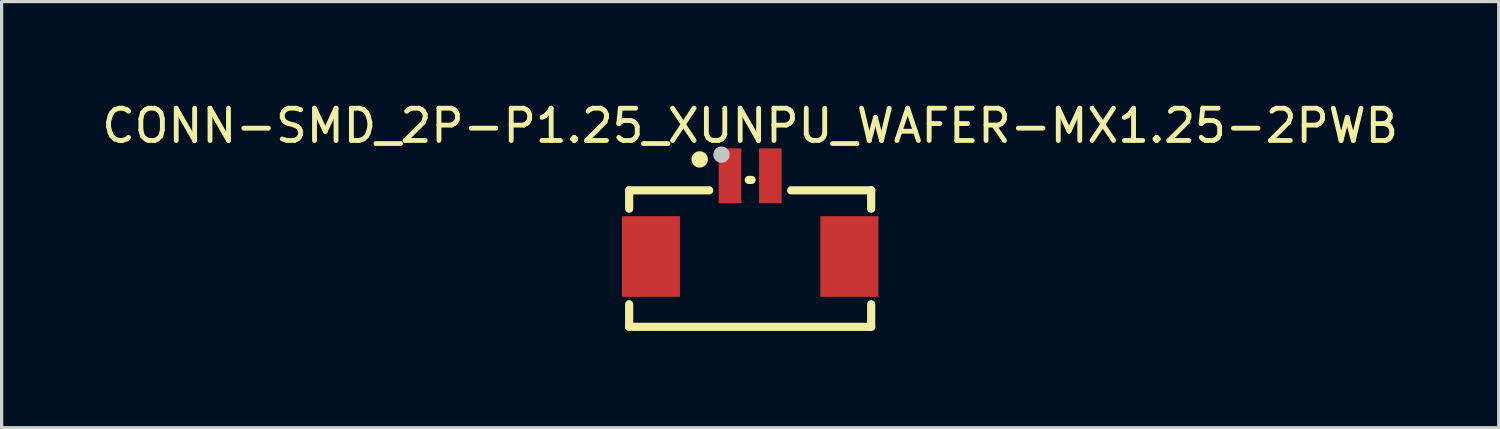
<source format=kicad_pcb>
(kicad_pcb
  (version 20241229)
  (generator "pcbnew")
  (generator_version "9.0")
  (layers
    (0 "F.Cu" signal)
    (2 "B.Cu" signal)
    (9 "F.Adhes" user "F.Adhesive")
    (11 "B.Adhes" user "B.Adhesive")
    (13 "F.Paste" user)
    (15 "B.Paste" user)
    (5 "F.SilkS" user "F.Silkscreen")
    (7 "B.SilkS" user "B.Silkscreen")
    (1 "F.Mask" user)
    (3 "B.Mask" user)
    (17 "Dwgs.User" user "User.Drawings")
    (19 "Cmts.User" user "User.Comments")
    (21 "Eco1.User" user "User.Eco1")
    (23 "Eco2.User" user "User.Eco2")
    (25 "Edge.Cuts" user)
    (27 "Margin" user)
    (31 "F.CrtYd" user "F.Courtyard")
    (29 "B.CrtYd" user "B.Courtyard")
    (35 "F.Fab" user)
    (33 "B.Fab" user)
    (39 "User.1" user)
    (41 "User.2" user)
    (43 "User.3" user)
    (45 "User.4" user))
  (footprint "CONN-SMD_2P-P1.25_XUNPU_WAFER-MX1.25-2PWB"
    (layer "F.Cu")
    (at 20.196 3.648)
    (property "Reference" "CONN-SMD_2P-P1.25_XUNPU_WAFER-MX1.25-2PWB" (at 0 -2.8 0) (unlocked yes) (layer "F.SilkS") (effects (font (size 1 1) (thickness 0.15))))
    (fp_line (start -3.75 -0.8) (end -3.75 -0.231) (stroke (width 0.254) (type default)) (layer "F.SilkS"))
    (fp_line (start -3.75 -0.8) (end -1.27 -0.8) (stroke (width 0.254) (type default)) (layer "F.SilkS"))
    (fp_line (start -3.75 2.731) (end -3.75 3.429) (stroke (width 0.254) (type default)) (layer "F.SilkS"))
    (fp_line (start -0.043 -1.123) (end 0.044 -1.123) (stroke (width 0.254) (type default)) (layer "F.SilkS"))
    (fp_line (start 1.27 -0.8) (end 3.75 -0.8) (stroke (width 0.254) (type default)) (layer "F.SilkS"))
    (fp_line (start 3.75 -0.231) (end 3.75 -0.8) (stroke (width 0.254) (type default)) (layer "F.SilkS"))
    (fp_line (start 3.75 2.731) (end 3.75 3.429) (stroke (width 0.254) (type default)) (layer "F.SilkS"))
    (fp_line (start 3.75 3.429) (end -3.75 3.429) (stroke (width 0.254) (type default)) (layer "F.SilkS"))
    (fp_circle (center -1.564 -1.758) (end -1.437 -1.758) (stroke (width 0.254) (type default)) (fill no) (layer "F.SilkS"))
    (fp_circle (center -0.889 -1.905) (end -0.762 -1.905) (stroke (width 0.254) (type default)) (fill no) (layer "Dwgs.User"))
    (fp_poly (pts (xy -3.675 0.25) (xy -2.475 0.25) (xy -2.475 2.25) (xy -3.675 2.25)) (stroke (width 0.1) (type default)) (fill no) (layer "User.1"))
    (fp_poly (pts (xy -0.775 -1.75) (xy -0.475 -1.75) (xy -0.475 -0.65) (xy -0.775 -0.65)) (stroke (width 0.1) (type default)) (fill no) (layer "User.1"))
    (fp_poly (pts (xy 0.475 -1.75) (xy 0.775 -1.75) (xy 0.775 -0.65) (xy 0.475 -0.65)) (stroke (width 0.1) (type default)) (fill no) (layer "User.1"))
    (fp_poly (pts (xy 2.475 0.25) (xy 3.675 0.25) (xy 3.675 2.25) (xy 2.475 2.25)) (stroke (width 0.1) (type default)) (fill no) (layer "User.1"))
    (fp_line (start -3.75 -0.8) (end 3.75 -0.8) (stroke (width 0.051) (type default)) (layer "User.2"))
    (fp_line (start -3.75 3.5) (end -3.75 -0.8) (stroke (width 0.051) (type default)) (layer "User.2"))
    (fp_line (start 3.75 -0.8) (end 3.75 3.5) (stroke (width 0.051) (type default)) (layer "User.2"))
    (fp_line (start 3.75 3.5) (end -3.75 3.5) (stroke (width 0.051) (type default)) (layer "User.2"))
    (fp_poly (pts (xy -3.69 -1.75) (xy -3.708 -1.792) (xy -3.75 -1.81) (xy -3.792 -1.792) (xy -3.81 -1.75) (xy -3.792 -1.708) (xy -3.75 -1.69) (xy -3.708 -1.708)) (stroke (width 0.1) (type default)) (fill no) (layer "User.3"))
    (pad "1" smd rect (at -0.625 -1.25) (size 0.7 1.7) (layers "F.Cu" "F.Mask" "F.Paste"))
    (pad "2" smd rect (at 0.625 -1.25) (size 0.7 1.7) (layers "F.Cu" "F.Mask" "F.Paste"))
    (pad "MP" smd rect (at -3.075 1.25) (size 1.8 2.5) (layers "F.Cu" "F.Mask" "F.Paste"))
    (pad "MP" smd rect (at 3.075 1.25) (size 1.8 2.5) (layers "F.Cu" "F.Mask" "F.Paste")))
  (gr_rect
    (start -3 -3)
    (end 43.393 10.204)
    (stroke (width 0.1) (type default))
    (fill no)
    (layer "Edge.Cuts")))
</source>
